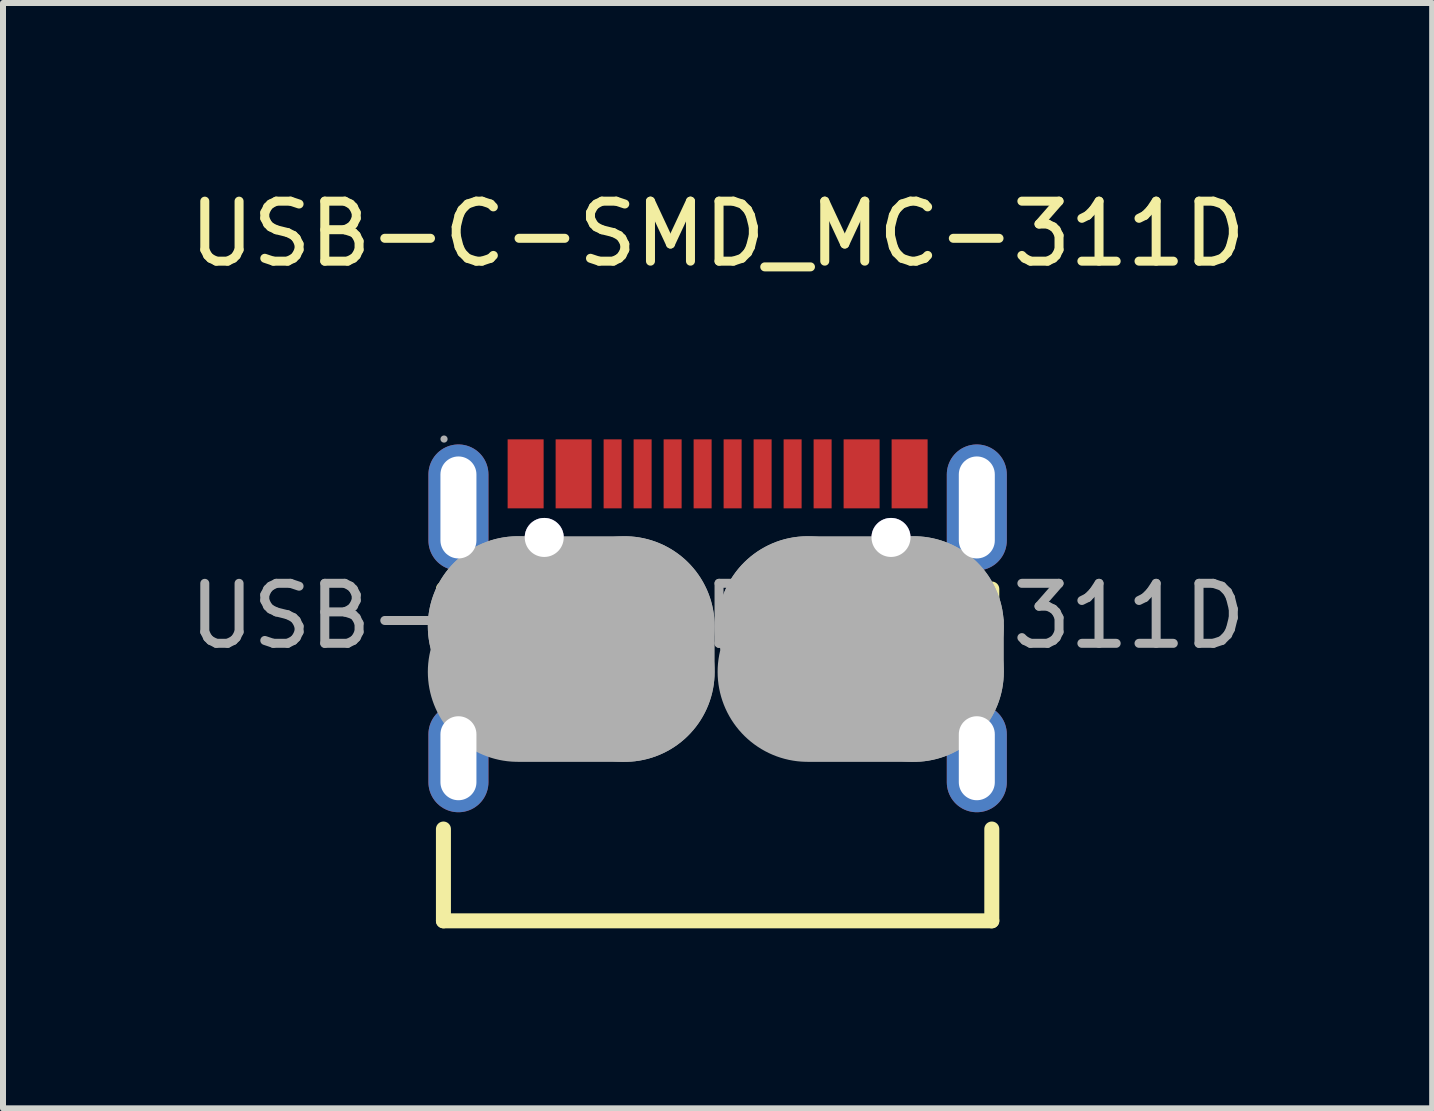
<source format=kicad_pcb>
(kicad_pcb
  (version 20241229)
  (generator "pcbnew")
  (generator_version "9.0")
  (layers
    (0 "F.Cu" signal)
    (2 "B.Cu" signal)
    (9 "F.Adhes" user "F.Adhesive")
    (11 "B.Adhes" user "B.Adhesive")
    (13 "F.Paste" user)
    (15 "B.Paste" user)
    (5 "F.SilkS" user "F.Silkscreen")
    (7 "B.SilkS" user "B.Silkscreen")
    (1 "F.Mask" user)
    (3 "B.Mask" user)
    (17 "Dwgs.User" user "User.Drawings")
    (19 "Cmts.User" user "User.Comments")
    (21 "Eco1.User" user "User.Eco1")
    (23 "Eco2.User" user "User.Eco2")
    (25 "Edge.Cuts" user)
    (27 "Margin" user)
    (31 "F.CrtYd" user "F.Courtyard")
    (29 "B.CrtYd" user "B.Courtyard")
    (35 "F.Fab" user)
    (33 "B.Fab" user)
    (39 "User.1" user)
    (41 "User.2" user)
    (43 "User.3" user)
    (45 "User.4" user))
  (footprint "USB-C-SMD_MC-311D"
    (layer "F.Cu")
    (at 8.911 7.218)
    (property "Reference" "USB-C-SMD_MC-311D" (at 0 -6.37 0) (layer "F.SilkS") (effects (font (size 1 1) (thickness 0.15))))
    (attr through_hole)
    (fp_line (start -4.57 -0.45) (end -4.57 1.2) (stroke (width 0.25) (type solid)) (layer "F.SilkS"))
    (fp_line (start -4.57 3.55) (end -4.57 5.08) (stroke (width 0.25) (type solid)) (layer "F.SilkS"))
    (fp_line (start -4.57 5.08) (end 4.57 5.08) (stroke (width 0.25) (type solid)) (layer "F.SilkS"))
    (fp_line (start 4.57 -0.45) (end 4.57 1.2) (stroke (width 0.25) (type solid)) (layer "F.SilkS"))
    (fp_line (start 4.57 5.08) (end 4.57 3.55) (stroke (width 0.25) (type solid)) (layer "F.SilkS"))
    (fp_line (start -3.33 0.17) (end -3.33 0.17) (stroke (width 3) (type solid)) (layer "F.Fab"))
    (fp_line (start -3.33 0.17) (end -1.55 0.17) (stroke (width 3) (type solid)) (layer "F.Fab"))
    (fp_line (start -1.55 0.17) (end -1.55 0.93) (stroke (width 3) (type solid)) (layer "F.Fab"))
    (fp_line (start -1.55 0.93) (end -3.33 0.93) (stroke (width 3) (type solid)) (layer "F.Fab"))
    (fp_line (start 1.5 0.17) (end 1.5 0.17) (stroke (width 3) (type solid)) (layer "F.Fab"))
    (fp_line (start 1.5 0.17) (end 3.27 0.17) (stroke (width 3) (type solid)) (layer "F.Fab"))
    (fp_line (start 3.27 0.17) (end 3.27 0.93) (stroke (width 3) (type solid)) (layer "F.Fab"))
    (fp_line (start 3.27 0.93) (end 1.5 0.93) (stroke (width 3) (type solid)) (layer "F.Fab"))
    (fp_circle (center -4.56 -2.95) (end -4.53 -2.95) (stroke (width 0.06) (type solid)) (fill no) (layer "F.Fab"))
    (fp_circle (center -2.89 -1.31) (end -2.78 -1.31) (stroke (width 0.22) (type solid)) (fill no) (layer "F.Fab"))
    (fp_circle (center 2.89 -1.31) (end 3 -1.31) (stroke (width 0.22) (type solid)) (fill no) (layer "F.Fab"))
    (fp_text user "${REFERENCE}" (at 0 0 0) (layer "F.Fab") (effects (font (size 1 1) (thickness 0.15))))
    (pad "" thru_hole circle (at -2.89 -1.31) (size 0.65 0.65) (drill 0.65) (layers "*.Cu" "*.Mask"))
    (pad "" thru_hole circle (at 2.89 -1.31) (size 0.65 0.65) (drill 0.65) (layers "*.Cu" "*.Mask"))
    (pad "1" thru_hole oval (at -4.32 -1.81) (size 1 2.1) (drill oval 0.6 1.7) (layers "*.Cu" "*.Paste" "*.Mask"))
    (pad "2" thru_hole oval (at -4.32 2.37) (size 1 1.8) (drill oval 0.6 1.4) (layers "*.Cu" "*.Paste" "*.Mask"))
    (pad "3" thru_hole oval (at 4.32 2.37) (size 1 1.8) (drill oval 0.6 1.4) (layers "*.Cu" "*.Paste" "*.Mask"))
    (pad "4" thru_hole oval (at 4.32 -1.81) (size 1 2.1) (drill oval 0.6 1.7) (layers "*.Cu" "*.Paste" "*.Mask"))
    (pad "A1-B12" smd rect (at -3.2 -2.37) (size 0.6 1.15) (layers "F.Cu" "F.Mask" "F.Paste"))
    (pad "A4-B9" smd rect (at -2.4 -2.37) (size 0.6 1.15) (layers "F.Cu" "F.Mask" "F.Paste"))
    (pad "A5" smd rect (at -1.25 -2.37) (size 0.3 1.15) (layers "F.Cu" "F.Mask" "F.Paste"))
    (pad "A6" smd rect (at -0.25 -2.37) (size 0.3 1.15) (layers "F.Cu" "F.Mask" "F.Paste"))
    (pad "A7" smd rect (at 0.25 -2.37) (size 0.3 1.15) (layers "F.Cu" "F.Mask" "F.Paste"))
    (pad "A8" smd rect (at 1.25 -2.37) (size 0.3 1.15) (layers "F.Cu" "F.Mask" "F.Paste"))
    (pad "B1-A12" smd rect (at 3.2 -2.37) (size 0.6 1.15) (layers "F.Cu" "F.Mask" "F.Paste"))
    (pad "B4-A9" smd rect (at 2.4 -2.37) (size 0.6 1.15) (layers "F.Cu" "F.Mask" "F.Paste"))
    (pad "B5" smd rect (at 1.75 -2.37) (size 0.3 1.15) (layers "F.Cu" "F.Mask" "F.Paste"))
    (pad "B6" smd rect (at 0.75 -2.37) (size 0.3 1.15) (layers "F.Cu" "F.Mask" "F.Paste"))
    (pad "B7" smd rect (at -0.75 -2.37) (size 0.3 1.15) (layers "F.Cu" "F.Mask" "F.Paste"))
    (pad "B8" smd rect (at -1.75 -2.37) (size 0.3 1.15) (layers "F.Cu" "F.Mask" "F.Paste")))
  (gr_rect
    (start -3 -3)
    (end 20.821 15.423)
    (stroke (width 0.1) (type default))
    (fill no)
    (layer "Edge.Cuts")))
</source>
